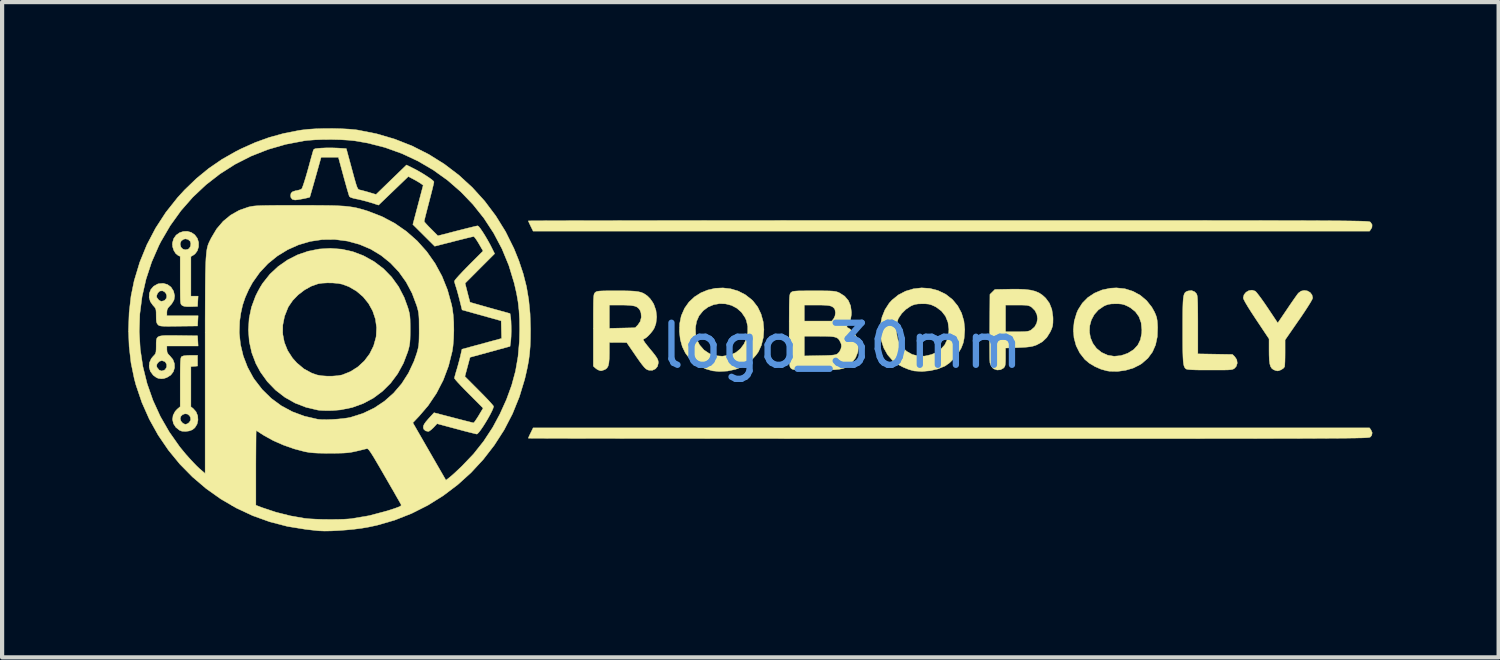
<source format=kicad_pcb>
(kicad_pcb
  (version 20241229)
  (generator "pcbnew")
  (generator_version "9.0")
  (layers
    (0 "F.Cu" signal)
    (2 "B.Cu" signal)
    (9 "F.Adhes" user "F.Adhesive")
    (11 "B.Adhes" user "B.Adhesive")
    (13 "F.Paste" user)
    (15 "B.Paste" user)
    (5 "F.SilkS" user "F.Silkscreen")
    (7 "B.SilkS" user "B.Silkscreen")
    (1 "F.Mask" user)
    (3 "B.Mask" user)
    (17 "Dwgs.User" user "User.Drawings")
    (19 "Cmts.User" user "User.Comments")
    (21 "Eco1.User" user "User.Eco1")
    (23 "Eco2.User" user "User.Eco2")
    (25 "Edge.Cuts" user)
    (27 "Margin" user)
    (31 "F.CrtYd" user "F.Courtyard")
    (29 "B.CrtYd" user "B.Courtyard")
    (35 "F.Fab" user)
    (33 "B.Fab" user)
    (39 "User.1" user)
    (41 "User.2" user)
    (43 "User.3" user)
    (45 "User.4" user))
  (footprint "logo_30mm"
    (layer "F.Cu")
    (at 16.961 4.668)
    (property "Reference" "logo_30mm" (at 0 0.5 0) (layer "Cmts.User") (effects (font (size 1 1) (thickness 0.15))))
    (attr through_hole)
    (fp_poly (pts (xy -15.314 0.984) (xy -15.393 0.991) (xy -15.473 0.997) (xy -15.473 1.952) (xy -15.419 1.994) (xy -15.35 2.072) (xy -15.311 2.167) (xy -15.304 2.268) (xy -15.326 2.366) (xy -15.378 2.45) (xy -15.437 2.499) (xy -15.511 2.527) (xy -15.6 2.539) (xy -15.686 2.533) (xy -15.737 2.515) (xy -15.828 2.444) (xy -15.886 2.356) (xy -15.909 2.258) (xy -15.906 2.236) (xy -15.727 2.236) (xy -15.709 2.294) (xy -15.667 2.343) (xy -15.613 2.369) (xy -15.6 2.371) (xy -15.554 2.356) (xy -15.515 2.328) (xy -15.478 2.27) (xy -15.482 2.207) (xy -15.506 2.164) (xy -15.554 2.126) (xy -15.613 2.119) (xy -15.67 2.139) (xy -15.712 2.181) (xy -15.727 2.236) (xy -15.906 2.236) (xy -15.896 2.157) (xy -15.847 2.063) (xy -15.801 2.013) (xy -15.727 1.949) (xy -15.727 1.368) (xy -15.727 1.195) (xy -15.726 1.058) (xy -15.724 0.954) (xy -15.721 0.879) (xy -15.716 0.826) (xy -15.71 0.792) (xy -15.702 0.771) (xy -15.692 0.759) (xy -15.644 0.741) (xy -15.555 0.732) (xy -15.486 0.73) (xy -15.314 0.73) (xy -15.314 0.984)) (stroke (width 0.01) (type solid)) (fill yes) (layer "F.SilkS"))
    (fp_poly (pts (xy -15.465 -2.193) (xy -15.382 -2.137) (xy -15.319 -2.052) (xy -15.289 -1.954) (xy -15.29 -1.852) (xy -15.319 -1.757) (xy -15.374 -1.682) (xy -15.413 -1.653) (xy -15.473 -1.619) (xy -15.473 -1.148) (xy -15.473 -0.677) (xy -15.301 -0.677) (xy -15.308 -0.556) (xy -15.314 -0.434) (xy -15.473 -0.428) (xy -15.569 -0.428) (xy -15.634 -0.436) (xy -15.677 -0.454) (xy -15.679 -0.456) (xy -15.693 -0.467) (xy -15.705 -0.48) (xy -15.713 -0.502) (xy -15.719 -0.536) (xy -15.723 -0.588) (xy -15.725 -0.662) (xy -15.726 -0.765) (xy -15.727 -0.9) (xy -15.727 -1.056) (xy -15.727 -1.623) (xy -15.779 -1.647) (xy -15.835 -1.693) (xy -15.88 -1.767) (xy -15.908 -1.855) (xy -15.91 -1.907) (xy -15.727 -1.907) (xy -15.709 -1.841) (xy -15.665 -1.797) (xy -15.605 -1.779) (xy -15.541 -1.792) (xy -15.512 -1.813) (xy -15.482 -1.863) (xy -15.474 -1.928) (xy -15.489 -1.981) (xy -15.539 -2.025) (xy -15.601 -2.04) (xy -15.647 -2.03) (xy -15.702 -1.991) (xy -15.724 -1.94) (xy -15.727 -1.907) (xy -15.91 -1.907) (xy -15.912 -1.94) (xy -15.882 -2.045) (xy -15.824 -2.127) (xy -15.745 -2.184) (xy -15.654 -2.215) (xy -15.558 -2.219) (xy -15.465 -2.193)) (stroke (width 0.01) (type solid)) (fill yes) (layer "F.SilkS"))
    (fp_poly (pts (xy -15.763 0.259) (xy -15.314 0.265) (xy -15.301 0.508) (xy -16.044 0.508) (xy -16.044 0.593) (xy -16.038 0.655) (xy -16.012 0.702) (xy -15.972 0.743) (xy -15.9 0.829) (xy -15.864 0.926) (xy -15.861 1.026) (xy -15.89 1.119) (xy -15.951 1.199) (xy -16.042 1.256) (xy -16.044 1.257) (xy -16.115 1.281) (xy -16.175 1.287) (xy -16.249 1.277) (xy -16.251 1.276) (xy -16.295 1.256) (xy -16.35 1.217) (xy -16.371 1.199) (xy -16.436 1.111) (xy -16.465 1.01) (xy -16.462 0.967) (xy -16.29 0.967) (xy -16.281 1.01) (xy -16.276 1.02) (xy -16.227 1.08) (xy -16.168 1.102) (xy -16.106 1.083) (xy -16.083 1.066) (xy -16.049 1.01) (xy -16.048 0.947) (xy -16.079 0.891) (xy -16.096 0.877) (xy -16.162 0.855) (xy -16.223 0.873) (xy -16.269 0.921) (xy -16.29 0.967) (xy -16.462 0.967) (xy -16.458 0.906) (xy -16.415 0.808) (xy -16.371 0.755) (xy -16.335 0.718) (xy -16.314 0.685) (xy -16.303 0.645) (xy -16.299 0.584) (xy -16.298 0.511) (xy -16.298 0.432) (xy -16.294 0.37) (xy -16.282 0.325) (xy -16.256 0.293) (xy -16.212 0.273) (xy -16.145 0.262) (xy -16.049 0.257) (xy -15.921 0.257) (xy -15.763 0.259)) (stroke (width 0.01) (type solid)) (fill yes) (layer "F.SilkS"))
    (fp_poly (pts (xy 8.391 -0.781) (xy 8.433 -0.737) (xy 8.442 -0.719) (xy 8.45 -0.692) (xy 8.456 -0.651) (xy 8.46 -0.592) (xy 8.463 -0.511) (xy 8.465 -0.402) (xy 8.466 -0.262) (xy 8.467 -0.086) (xy 8.467 0.003) (xy 8.467 0.695) (xy 8.879 0.702) (xy 9.291 0.709) (xy 9.347 0.765) (xy 9.393 0.836) (xy 9.404 0.915) (xy 9.381 0.99) (xy 9.346 1.031) (xy 9.328 1.046) (xy 9.308 1.057) (xy 9.281 1.066) (xy 9.241 1.072) (xy 9.184 1.076) (xy 9.104 1.078) (xy 8.995 1.079) (xy 8.852 1.079) (xy 8.755 1.079) (xy 8.575 1.079) (xy 8.434 1.077) (xy 8.328 1.073) (xy 8.254 1.068) (xy 8.207 1.061) (xy 8.186 1.053) (xy 8.166 1.035) (xy 8.15 1.011) (xy 8.137 0.978) (xy 8.127 0.931) (xy 8.119 0.865) (xy 8.114 0.778) (xy 8.11 0.664) (xy 8.108 0.521) (xy 8.107 0.343) (xy 8.107 0.127) (xy 8.107 0.125) (xy 8.107 -0.092) (xy 8.108 -0.27) (xy 8.11 -0.413) (xy 8.114 -0.526) (xy 8.12 -0.613) (xy 8.129 -0.677) (xy 8.142 -0.723) (xy 8.158 -0.755) (xy 8.179 -0.776) (xy 8.205 -0.79) (xy 8.234 -0.801) (xy 8.318 -0.811) (xy 8.391 -0.781)) (stroke (width 0.01) (type solid)) (fill yes) (layer "F.SilkS"))
    (fp_poly (pts (xy -16.03 -0.954) (xy -15.946 -0.893) (xy -15.888 -0.802) (xy -15.884 -0.793) (xy -15.859 -0.685) (xy -15.874 -0.587) (xy -15.928 -0.495) (xy -15.961 -0.459) (xy -16.013 -0.402) (xy -16.038 -0.353) (xy -16.044 -0.297) (xy -16.044 -0.294) (xy -16.044 -0.212) (xy -15.301 -0.212) (xy -15.314 0.032) (xy -15.763 0.037) (xy -15.913 0.039) (xy -16.026 0.04) (xy -16.108 0.038) (xy -16.165 0.035) (xy -16.204 0.029) (xy -16.229 0.021) (xy -16.247 0.009) (xy -16.256 0.00042) (xy -16.278 -0.029) (xy -16.291 -0.068) (xy -16.297 -0.129) (xy -16.298 -0.212) (xy -16.299 -0.298) (xy -16.304 -0.354) (xy -16.318 -0.392) (xy -16.343 -0.426) (xy -16.371 -0.455) (xy -16.436 -0.546) (xy -16.465 -0.645) (xy -16.464 -0.659) (xy -16.289 -0.659) (xy -16.286 -0.65) (xy -16.234 -0.582) (xy -16.18 -0.554) (xy -16.12 -0.566) (xy -16.091 -0.583) (xy -16.053 -0.63) (xy -16.046 -0.685) (xy -16.064 -0.739) (xy -16.101 -0.782) (xy -16.151 -0.805) (xy -16.207 -0.799) (xy -16.226 -0.788) (xy -16.26 -0.752) (xy -16.283 -0.702) (xy -16.289 -0.659) (xy -16.464 -0.659) (xy -16.46 -0.745) (xy -16.424 -0.837) (xy -16.358 -0.913) (xy -16.265 -0.965) (xy -16.242 -0.972) (xy -16.132 -0.982) (xy -16.03 -0.954)) (stroke (width 0.01) (type solid)) (fill yes) (layer "F.SilkS"))
    (fp_poly (pts (xy 9.828 -0.798) (xy 9.832 -0.795) (xy 9.86 -0.768) (xy 9.906 -0.71) (xy 9.967 -0.629) (xy 10.037 -0.531) (xy 10.112 -0.421) (xy 10.126 -0.4) (xy 10.367 -0.039) (xy 10.594 -0.374) (xy 10.667 -0.482) (xy 10.734 -0.579) (xy 10.791 -0.66) (xy 10.833 -0.719) (xy 10.856 -0.748) (xy 10.856 -0.749) (xy 10.921 -0.797) (xy 10.996 -0.813) (xy 11.071 -0.802) (xy 11.136 -0.765) (xy 11.181 -0.707) (xy 11.197 -0.636) (xy 11.184 -0.6) (xy 11.147 -0.533) (xy 11.087 -0.436) (xy 11.006 -0.311) (xy 10.905 -0.161) (xy 10.868 -0.109) (xy 10.541 0.364) (xy 10.541 0.667) (xy 10.54 0.778) (xy 10.538 0.876) (xy 10.534 0.952) (xy 10.53 0.998) (xy 10.528 1.004) (xy 10.497 1.041) (xy 10.443 1.075) (xy 10.383 1.097) (xy 10.357 1.1) (xy 10.311 1.089) (xy 10.263 1.069) (xy 10.225 1.04) (xy 10.197 0.997) (xy 10.178 0.934) (xy 10.166 0.845) (xy 10.161 0.724) (xy 10.16 0.621) (xy 10.16 0.338) (xy 9.853 -0.122) (xy 9.745 -0.286) (xy 9.66 -0.42) (xy 9.598 -0.524) (xy 9.56 -0.597) (xy 9.546 -0.636) (xy 9.546 -0.637) (xy 9.565 -0.711) (xy 9.613 -0.77) (xy 9.681 -0.809) (xy 9.756 -0.82) (xy 9.828 -0.798)) (stroke (width 0.01) (type solid)) (fill yes) (layer "F.SilkS"))
    (fp_poly (pts (xy -2.642 -0.852) (xy -2.463 -0.799) (xy -2.294 -0.713) (xy -2.14 -0.593) (xy -2.106 -0.559) (xy -1.997 -0.418) (xy -1.918 -0.253) (xy -1.868 -0.073) (xy -1.85 0.117) (xy -1.864 0.307) (xy -1.91 0.491) (xy -1.982 0.648) (xy -2.044 0.733) (xy -2.129 0.825) (xy -2.225 0.91) (xy -2.318 0.977) (xy -2.349 0.994) (xy -2.521 1.062) (xy -2.713 1.103) (xy -2.909 1.114) (xy -3.069 1.099) (xy -3.231 1.053) (xy -3.39 0.975) (xy -3.536 0.872) (xy -3.658 0.753) (xy -3.717 0.674) (xy -3.79 0.523) (xy -3.838 0.349) (xy -3.859 0.163) (xy -3.855 0.071) (xy -3.477 0.071) (xy -3.472 0.224) (xy -3.436 0.37) (xy -3.379 0.482) (xy -3.274 0.603) (xy -3.147 0.688) (xy -3.001 0.738) (xy -2.84 0.751) (xy -2.668 0.726) (xy -2.643 0.72) (xy -2.516 0.663) (xy -2.408 0.575) (xy -2.324 0.462) (xy -2.265 0.331) (xy -2.234 0.189) (xy -2.234 0.042) (xy -2.267 -0.101) (xy -2.296 -0.167) (xy -2.382 -0.294) (xy -2.493 -0.391) (xy -2.62 -0.458) (xy -2.759 -0.494) (xy -2.902 -0.5) (xy -3.043 -0.475) (xy -3.176 -0.419) (xy -3.294 -0.331) (xy -3.391 -0.211) (xy -3.392 -0.21) (xy -3.45 -0.077) (xy -3.477 0.071) (xy -3.855 0.071) (xy -3.852 -0.025) (xy -3.816 -0.203) (xy -3.812 -0.215) (xy -3.736 -0.389) (xy -3.631 -0.537) (xy -3.5 -0.66) (xy -3.349 -0.756) (xy -3.183 -0.824) (xy -3.006 -0.864) (xy -2.824 -0.873) (xy -2.642 -0.852)) (stroke (width 0.01) (type solid)) (fill yes) (layer "F.SilkS"))
    (fp_poly (pts (xy 3.316 -2.476) (xy 4.05 -2.476) (xy 4.744 -2.476) (xy 5.399 -2.476) (xy 6.017 -2.476) (xy 6.598 -2.476) (xy 7.143 -2.476) (xy 7.654 -2.476) (xy 8.131 -2.476) (xy 8.577 -2.476) (xy 8.991 -2.475) (xy 9.375 -2.475) (xy 9.731 -2.475) (xy 10.059 -2.474) (xy 10.361 -2.474) (xy 10.637 -2.473) (xy 10.889 -2.473) (xy 11.117 -2.472) (xy 11.324 -2.471) (xy 11.51 -2.47) (xy 11.676 -2.469) (xy 11.823 -2.468) (xy 11.953 -2.467) (xy 12.067 -2.465) (xy 12.166 -2.464) (xy 12.25 -2.462) (xy 12.321 -2.461) (xy 12.381 -2.459) (xy 12.43 -2.457) (xy 12.469 -2.455) (xy 12.5 -2.453) (xy 12.524 -2.45) (xy 12.541 -2.448) (xy 12.553 -2.445) (xy 12.562 -2.442) (xy 12.567 -2.439) (xy 12.571 -2.436) (xy 12.573 -2.434) (xy 12.61 -2.376) (xy 12.606 -2.313) (xy 12.582 -2.27) (xy 12.549 -2.223) (xy -7.336 -2.223) (xy -7.393 -2.339) (xy -7.423 -2.402) (xy -7.444 -2.449) (xy -7.451 -2.466) (xy -7.43 -2.467) (xy -7.368 -2.468) (xy -7.266 -2.468) (xy -7.126 -2.469) (xy -6.949 -2.47) (xy -6.736 -2.47) (xy -6.488 -2.471) (xy -6.207 -2.471) (xy -5.895 -2.472) (xy -5.551 -2.472) (xy -5.179 -2.473) (xy -4.778 -2.473) (xy -4.351 -2.474) (xy -3.899 -2.474) (xy -3.422 -2.474) (xy -2.922 -2.475) (xy -2.402 -2.475) (xy -1.861 -2.475) (xy -1.301 -2.476) (xy -0.723 -2.476) (xy -0.129 -2.476) (xy 0.479 -2.476) (xy 1.101 -2.476) (xy 1.736 -2.476) (xy 2.382 -2.476) (xy 2.54 -2.477) (xy 3.316 -2.476)) (stroke (width 0.01) (type solid)) (fill yes) (layer "F.SilkS"))
    (fp_poly (pts (xy 12.582 2.502) (xy 12.612 2.57) (xy 12.601 2.63) (xy 12.573 2.667) (xy 12.569 2.67) (xy 12.565 2.673) (xy 12.558 2.676) (xy 12.548 2.679) (xy 12.533 2.682) (xy 12.513 2.684) (xy 12.486 2.687) (xy 12.451 2.689) (xy 12.408 2.691) (xy 12.354 2.693) (xy 12.289 2.694) (xy 12.211 2.696) (xy 12.12 2.697) (xy 12.015 2.699) (xy 11.894 2.7) (xy 11.755 2.701) (xy 11.599 2.702) (xy 11.424 2.703) (xy 11.228 2.704) (xy 11.011 2.705) (xy 10.771 2.706) (xy 10.508 2.706) (xy 10.22 2.707) (xy 9.906 2.707) (xy 9.565 2.708) (xy 9.196 2.708) (xy 8.797 2.708) (xy 8.368 2.709) (xy 7.908 2.709) (xy 7.414 2.709) (xy 6.887 2.709) (xy 6.325 2.709) (xy 5.727 2.709) (xy 5.092 2.709) (xy 4.418 2.709) (xy 3.705 2.709) (xy 2.951 2.709) (xy 2.54 2.709) (xy 1.892 2.709) (xy 1.254 2.709) (xy 0.629 2.709) (xy 0.017 2.709) (xy -0.58 2.709) (xy -1.162 2.709) (xy -1.726 2.708) (xy -2.272 2.708) (xy -2.798 2.708) (xy -3.303 2.707) (xy -3.785 2.707) (xy -4.244 2.707) (xy -4.677 2.706) (xy -5.084 2.706) (xy -5.464 2.705) (xy -5.814 2.705) (xy -6.134 2.704) (xy -6.423 2.704) (xy -6.679 2.703) (xy -6.9 2.703) (xy -7.086 2.702) (xy -7.235 2.701) (xy -7.347 2.701) (xy -7.418 2.7) (xy -7.449 2.699) (xy -7.451 2.699) (xy -7.442 2.676) (xy -7.42 2.627) (xy -7.393 2.572) (xy -7.336 2.455) (xy 12.549 2.455) (xy 12.582 2.502)) (stroke (width 0.01) (type solid)) (fill yes) (layer "F.SilkS"))
    (fp_poly (pts (xy 4.357 -0.837) (xy 4.49 -0.821) (xy 4.599 -0.794) (xy 4.691 -0.755) (xy 4.771 -0.702) (xy 4.846 -0.633) (xy 4.847 -0.633) (xy 4.938 -0.51) (xy 4.996 -0.362) (xy 5.022 -0.187) (xy 5.024 -0.135) (xy 5.022 -0.041) (xy 5.014 0.029) (xy 4.994 0.093) (xy 4.96 0.169) (xy 4.956 0.176) (xy 4.875 0.306) (xy 4.772 0.405) (xy 4.639 0.48) (xy 4.608 0.492) (xy 4.549 0.511) (xy 4.48 0.525) (xy 4.392 0.535) (xy 4.275 0.542) (xy 4.196 0.546) (xy 3.895 0.556) (xy 3.895 0.772) (xy 3.894 0.871) (xy 3.89 0.937) (xy 3.882 0.98) (xy 3.868 1.009) (xy 3.846 1.033) (xy 3.846 1.033) (xy 3.776 1.072) (xy 3.695 1.079) (xy 3.619 1.053) (xy 3.588 1.029) (xy 3.548 0.971) (xy 3.524 0.907) (xy 3.522 0.87) (xy 3.519 0.796) (xy 3.518 0.69) (xy 3.517 0.557) (xy 3.516 0.404) (xy 3.517 0.234) (xy 3.518 0.059) (xy 3.522 -0.466) (xy 3.895 -0.466) (xy 3.895 0.169) (xy 4.165 0.169) (xy 4.281 0.168) (xy 4.364 0.165) (xy 4.422 0.158) (xy 4.464 0.147) (xy 4.5 0.129) (xy 4.503 0.127) (xy 4.586 0.055) (xy 4.637 -0.037) (xy 4.655 -0.138) (xy 4.641 -0.241) (xy 4.595 -0.335) (xy 4.517 -0.413) (xy 4.511 -0.418) (xy 4.477 -0.438) (xy 4.441 -0.451) (xy 4.395 -0.46) (xy 4.328 -0.464) (xy 4.233 -0.466) (xy 4.167 -0.466) (xy 3.895 -0.466) (xy 3.522 -0.466) (xy 3.524 -0.719) (xy 3.642 -0.836) (xy 3.996 -0.843) (xy 4.194 -0.844) (xy 4.357 -0.837)) (stroke (width 0.01) (type solid)) (fill yes) (layer "F.SilkS"))
    (fp_poly (pts (xy 6.734 -0.853) (xy 6.924 -0.793) (xy 7.097 -0.699) (xy 7.248 -0.572) (xy 7.372 -0.416) (xy 7.436 -0.301) (xy 7.467 -0.23) (xy 7.488 -0.168) (xy 7.5 -0.1) (xy 7.507 -0.015) (xy 7.511 0.066) (xy 7.503 0.287) (xy 7.462 0.481) (xy 7.388 0.65) (xy 7.28 0.797) (xy 7.137 0.922) (xy 7.093 0.951) (xy 6.934 1.031) (xy 6.752 1.085) (xy 6.56 1.112) (xy 6.37 1.108) (xy 6.308 1.099) (xy 6.165 1.06) (xy 6.019 0.996) (xy 5.883 0.914) (xy 5.779 0.826) (xy 5.66 0.674) (xy 5.574 0.502) (xy 5.523 0.315) (xy 5.512 0.17) (xy 5.89 0.17) (xy 5.914 0.311) (xy 5.97 0.444) (xy 6.057 0.563) (xy 6.176 0.66) (xy 6.18 0.662) (xy 6.323 0.727) (xy 6.477 0.752) (xy 6.636 0.737) (xy 6.798 0.682) (xy 6.809 0.676) (xy 6.942 0.593) (xy 7.039 0.487) (xy 7.102 0.358) (xy 7.133 0.204) (xy 7.136 0.123) (xy 7.119 -0.045) (xy 7.068 -0.188) (xy 6.982 -0.308) (xy 6.861 -0.404) (xy 6.798 -0.438) (xy 6.727 -0.47) (xy 6.662 -0.488) (xy 6.586 -0.495) (xy 6.509 -0.496) (xy 6.411 -0.493) (xy 6.339 -0.482) (xy 6.275 -0.46) (xy 6.231 -0.439) (xy 6.102 -0.351) (xy 6.004 -0.24) (xy 5.935 -0.112) (xy 5.897 0.027) (xy 5.89 0.17) (xy 5.512 0.17) (xy 5.508 0.119) (xy 5.528 -0.08) (xy 5.586 -0.275) (xy 5.62 -0.353) (xy 5.721 -0.512) (xy 5.852 -0.645) (xy 6.011 -0.75) (xy 6.191 -0.825) (xy 6.388 -0.866) (xy 6.53 -0.874) (xy 6.734 -0.853)) (stroke (width 0.01) (type solid)) (fill yes) (layer "F.SilkS"))
    (fp_poly (pts (xy 2.096 -0.861) (xy 2.286 -0.812) (xy 2.464 -0.727) (xy 2.48 -0.717) (xy 2.635 -0.595) (xy 2.758 -0.446) (xy 2.849 -0.275) (xy 2.905 -0.087) (xy 2.926 0.116) (xy 2.91 0.328) (xy 2.889 0.434) (xy 2.843 0.554) (xy 2.769 0.68) (xy 2.674 0.801) (xy 2.568 0.905) (xy 2.46 0.982) (xy 2.449 0.987) (xy 2.284 1.054) (xy 2.098 1.096) (xy 1.907 1.113) (xy 1.726 1.101) (xy 1.714 1.099) (xy 1.594 1.066) (xy 1.462 1.012) (xy 1.336 0.945) (xy 1.231 0.872) (xy 1.212 0.855) (xy 1.09 0.715) (xy 1 0.554) (xy 0.942 0.378) (xy 0.915 0.192) (xy 0.918 0.086) (xy 1.302 0.086) (xy 1.307 0.212) (xy 1.328 0.329) (xy 1.351 0.392) (xy 1.435 0.529) (xy 1.544 0.635) (xy 1.674 0.708) (xy 1.818 0.746) (xy 1.972 0.748) (xy 2.131 0.712) (xy 2.216 0.676) (xy 2.35 0.59) (xy 2.45 0.48) (xy 2.515 0.345) (xy 2.545 0.185) (xy 2.548 0.105) (xy 2.526 -0.057) (xy 2.468 -0.2) (xy 2.374 -0.321) (xy 2.246 -0.417) (xy 2.205 -0.438) (xy 2.133 -0.47) (xy 2.069 -0.488) (xy 1.993 -0.495) (xy 1.916 -0.496) (xy 1.818 -0.493) (xy 1.745 -0.482) (xy 1.681 -0.46) (xy 1.639 -0.44) (xy 1.526 -0.364) (xy 1.426 -0.265) (xy 1.352 -0.155) (xy 1.341 -0.133) (xy 1.314 -0.035) (xy 1.302 0.086) (xy 0.918 0.086) (xy 0.921 0.004) (xy 0.958 -0.18) (xy 1.028 -0.354) (xy 1.13 -0.512) (xy 1.195 -0.583) (xy 1.346 -0.706) (xy 1.519 -0.796) (xy 1.706 -0.852) (xy 1.9 -0.874) (xy 2.096 -0.861)) (stroke (width 0.01) (type solid)) (fill yes) (layer "F.SilkS"))
    (fp_poly (pts (xy -5.173 -0.804) (xy -5.034 -0.801) (xy -4.926 -0.795) (xy -4.841 -0.784) (xy -4.774 -0.769) (xy -4.718 -0.747) (xy -4.668 -0.717) (xy -4.616 -0.679) (xy -4.614 -0.677) (xy -4.554 -0.616) (xy -4.495 -0.532) (xy -4.467 -0.483) (xy -4.416 -0.337) (xy -4.399 -0.183) (xy -4.416 -0.031) (xy -4.453 0.075) (xy -4.488 0.135) (xy -4.539 0.2) (xy -4.595 0.261) (xy -4.649 0.31) (xy -4.692 0.336) (xy -4.703 0.339) (xy -4.719 0.347) (xy -4.712 0.374) (xy -4.681 0.424) (xy -4.624 0.498) (xy -4.576 0.557) (xy -4.494 0.656) (xy -4.436 0.73) (xy -4.398 0.785) (xy -4.375 0.827) (xy -4.364 0.863) (xy -4.36 0.9) (xy -4.36 0.911) (xy -4.379 0.992) (xy -4.427 1.051) (xy -4.497 1.084) (xy -4.579 1.085) (xy -4.618 1.073) (xy -4.652 1.053) (xy -4.692 1.015) (xy -4.742 0.955) (xy -4.806 0.869) (xy -4.888 0.752) (xy -4.9 0.734) (xy -5.112 0.425) (xy -5.524 0.423) (xy -5.524 0.678) (xy -5.527 0.814) (xy -5.536 0.914) (xy -5.553 0.985) (xy -5.582 1.033) (xy -5.622 1.064) (xy -5.654 1.077) (xy -5.7 1.092) (xy -5.723 1.098) (xy -5.723 1.098) (xy -5.743 1.092) (xy -5.768 1.086) (xy -5.814 1.064) (xy -5.858 1.031) (xy -5.905 0.987) (xy -5.905 0.134) (xy -5.905 -0.079) (xy -5.905 -0.253) (xy -5.904 -0.393) (xy -5.903 -0.466) (xy -5.524 -0.466) (xy -5.524 0.088) (xy -5.218 0.081) (xy -4.911 0.074) (xy -4.845 0.007) (xy -4.789 -0.076) (xy -4.764 -0.176) (xy -4.772 -0.279) (xy -4.793 -0.337) (xy -4.825 -0.384) (xy -4.868 -0.419) (xy -4.93 -0.443) (xy -5.015 -0.457) (xy -5.131 -0.464) (xy -5.249 -0.466) (xy -5.524 -0.466) (xy -5.903 -0.466) (xy -5.903 -0.503) (xy -5.901 -0.587) (xy -5.897 -0.649) (xy -5.893 -0.692) (xy -5.887 -0.722) (xy -5.879 -0.741) (xy -5.87 -0.755) (xy -5.863 -0.762) (xy -5.847 -0.776) (xy -5.826 -0.786) (xy -5.795 -0.794) (xy -5.748 -0.799) (xy -5.679 -0.802) (xy -5.583 -0.804) (xy -5.454 -0.804) (xy -5.347 -0.804) (xy -5.173 -0.804)) (stroke (width 0.01) (type solid)) (fill yes) (layer "F.SilkS"))
    (fp_poly (pts (xy -11.888 -1.794) (xy -11.623 -1.735) (xy -11.374 -1.641) (xy -11.12 -1.501) (xy -10.895 -1.331) (xy -10.7 -1.131) (xy -10.535 -0.903) (xy -10.402 -0.646) (xy -10.315 -0.408) (xy -10.293 -0.333) (xy -10.277 -0.268) (xy -10.267 -0.202) (xy -10.261 -0.125) (xy -10.259 -0.028) (xy -10.258 0.101) (xy -10.258 0.116) (xy -10.259 0.25) (xy -10.262 0.351) (xy -10.268 0.43) (xy -10.278 0.498) (xy -10.293 0.564) (xy -10.315 0.64) (xy -10.315 0.641) (xy -10.42 0.917) (xy -10.557 1.167) (xy -10.723 1.39) (xy -10.917 1.583) (xy -11.135 1.746) (xy -11.376 1.875) (xy -11.636 1.969) (xy -11.914 2.026) (xy -12.107 2.042) (xy -12.217 2.044) (xy -12.327 2.042) (xy -12.419 2.036) (xy -12.456 2.031) (xy -12.734 1.966) (xy -12.997 1.864) (xy -13.24 1.726) (xy -13.461 1.555) (xy -13.655 1.354) (xy -13.82 1.125) (xy -13.928 0.925) (xy -14.025 0.669) (xy -14.085 0.4) (xy -14.098 0.219) (xy -13.29 0.219) (xy -13.251 0.421) (xy -13.173 0.615) (xy -13.057 0.795) (xy -12.954 0.91) (xy -12.786 1.051) (xy -12.602 1.151) (xy -12.474 1.196) (xy -12.37 1.215) (xy -12.243 1.224) (xy -12.108 1.224) (xy -11.981 1.214) (xy -11.879 1.196) (xy -11.873 1.194) (xy -11.677 1.115) (xy -11.5 1.002) (xy -11.347 0.86) (xy -11.222 0.693) (xy -11.129 0.506) (xy -11.073 0.305) (xy -11.068 0.277) (xy -11.058 0.069) (xy -11.086 -0.133) (xy -11.151 -0.326) (xy -11.249 -0.503) (xy -11.378 -0.662) (xy -11.533 -0.795) (xy -11.713 -0.901) (xy -11.873 -0.961) (xy -11.971 -0.98) (xy -12.095 -0.991) (xy -12.227 -0.993) (xy -12.352 -0.986) (xy -12.446 -0.972) (xy -12.609 -0.915) (xy -12.771 -0.825) (xy -12.922 -0.709) (xy -13.052 -0.575) (xy -13.152 -0.429) (xy -13.163 -0.408) (xy -13.246 -0.199) (xy -13.288 0.011) (xy -13.29 0.219) (xy -14.098 0.219) (xy -14.105 0.126) (xy -14.088 -0.148) (xy -14.032 -0.416) (xy -13.937 -0.673) (xy -13.93 -0.688) (xy -13.881 -0.786) (xy -13.825 -0.888) (xy -13.772 -0.974) (xy -13.763 -0.987) (xy -13.593 -1.201) (xy -13.395 -1.385) (xy -13.175 -1.538) (xy -12.937 -1.659) (xy -12.685 -1.746) (xy -12.423 -1.798) (xy -12.156 -1.814) (xy -11.888 -1.794)) (stroke (width 0.01) (type solid)) (fill yes) (layer "F.SilkS"))
    (fp_poly (pts (xy -0.502 -0.804) (xy -0.379 -0.803) (xy -0.286 -0.801) (xy -0.216 -0.797) (xy -0.165 -0.791) (xy -0.124 -0.783) (xy -0.09 -0.771) (xy -0.054 -0.755) (xy -0.051 -0.754) (xy 0.069 -0.677) (xy 0.158 -0.573) (xy 0.212 -0.446) (xy 0.231 -0.296) (xy 0.229 -0.235) (xy 0.211 -0.126) (xy 0.171 -0.036) (xy 0.163 -0.024) (xy 0.131 0.027) (xy 0.121 0.054) (xy 0.131 0.068) (xy 0.147 0.074) (xy 0.195 0.103) (xy 0.253 0.159) (xy 0.31 0.228) (xy 0.356 0.298) (xy 0.379 0.352) (xy 0.401 0.505) (xy 0.384 0.653) (xy 0.328 0.791) (xy 0.237 0.91) (xy 0.232 0.914) (xy 0.182 0.96) (xy 0.134 0.997) (xy 0.081 1.025) (xy 0.019 1.046) (xy -0.058 1.061) (xy -0.156 1.071) (xy -0.279 1.076) (xy -0.434 1.079) (xy -0.625 1.079) (xy -0.628 1.079) (xy -0.793 1.079) (xy -0.921 1.079) (xy -1.017 1.077) (xy -1.086 1.074) (xy -1.134 1.069) (xy -1.166 1.062) (xy -1.188 1.053) (xy -1.203 1.04) (xy -1.206 1.037) (xy -1.217 1.025) (xy -1.226 1.01) (xy -1.233 0.987) (xy -1.238 0.953) (xy -1.242 0.903) (xy -1.245 0.834) (xy -1.247 0.744) (xy -0.889 0.744) (xy -0.523 0.737) (xy -0.384 0.734) (xy -0.281 0.73) (xy -0.207 0.724) (xy -0.156 0.716) (xy -0.121 0.704) (xy -0.1 0.693) (xy -0.054 0.645) (xy -0.02 0.577) (xy -0.019 0.574) (xy -0.006 0.512) (xy -0.012 0.461) (xy -0.034 0.41) (xy -0.059 0.364) (xy -0.088 0.33) (xy -0.127 0.307) (xy -0.182 0.291) (xy -0.26 0.281) (xy -0.367 0.277) (xy -0.508 0.276) (xy -0.534 0.275) (xy -0.889 0.275) (xy -0.889 0.744) (xy -1.247 0.744) (xy -1.247 0.741) (xy -1.248 0.62) (xy -1.249 0.468) (xy -1.249 0.28) (xy -1.249 0.138) (xy -1.249 -0.076) (xy -1.248 -0.25) (xy -1.248 -0.391) (xy -1.247 -0.466) (xy -0.889 -0.466) (xy -0.889 -0.085) (xy -0.236 -0.085) (xy -0.192 -0.14) (xy -0.16 -0.206) (xy -0.149 -0.283) (xy -0.16 -0.354) (xy -0.175 -0.383) (xy -0.205 -0.414) (xy -0.244 -0.437) (xy -0.298 -0.452) (xy -0.376 -0.461) (xy -0.482 -0.465) (xy -0.591 -0.466) (xy -0.889 -0.466) (xy -1.247 -0.466) (xy -1.246 -0.501) (xy -1.244 -0.586) (xy -1.241 -0.648) (xy -1.236 -0.691) (xy -1.23 -0.721) (xy -1.223 -0.741) (xy -1.214 -0.755) (xy -1.206 -0.762) (xy -1.191 -0.775) (xy -1.171 -0.786) (xy -1.141 -0.793) (xy -1.095 -0.798) (xy -1.029 -0.802) (xy -0.936 -0.803) (xy -0.811 -0.804) (xy -0.661 -0.804) (xy -0.502 -0.804)) (stroke (width 0.01) (type solid)) (fill yes) (layer "F.SilkS"))
    (fp_poly (pts (xy -12.012 -4.199) (xy -11.984 -4.198) (xy -11.778 -4.185) (xy -11.674 -3.802) (xy -11.628 -3.632) (xy -11.592 -3.499) (xy -11.563 -3.397) (xy -11.541 -3.323) (xy -11.522 -3.271) (xy -11.506 -3.238) (xy -11.491 -3.218) (xy -11.474 -3.208) (xy -11.454 -3.202) (xy -11.428 -3.197) (xy -11.423 -3.196) (xy -11.353 -3.177) (xy -11.266 -3.153) (xy -11.203 -3.134) (xy -11.071 -3.095) (xy -10.709 -3.446) (xy -10.347 -3.796) (xy -10.212 -3.729) (xy -10.109 -3.676) (xy -10.004 -3.617) (xy -9.905 -3.556) (xy -9.818 -3.499) (xy -9.749 -3.45) (xy -9.706 -3.412) (xy -9.694 -3.393) (xy -9.7 -3.363) (xy -9.714 -3.299) (xy -9.736 -3.207) (xy -9.765 -3.094) (xy -9.798 -2.965) (xy -9.811 -2.915) (xy -9.845 -2.784) (xy -9.875 -2.667) (xy -9.9 -2.57) (xy -9.917 -2.499) (xy -9.926 -2.46) (xy -9.927 -2.455) (xy -9.913 -2.434) (xy -9.875 -2.391) (xy -9.819 -2.331) (xy -9.764 -2.276) (xy -9.601 -2.112) (xy -9.141 -2.231) (xy -9.007 -2.265) (xy -8.885 -2.296) (xy -8.783 -2.321) (xy -8.707 -2.339) (xy -8.662 -2.348) (xy -8.653 -2.349) (xy -8.629 -2.332) (xy -8.59 -2.283) (xy -8.54 -2.21) (xy -8.483 -2.12) (xy -8.423 -2.018) (xy -8.364 -1.912) (xy -8.329 -1.844) (xy -8.251 -1.687) (xy -8.603 -1.335) (xy -8.954 -0.983) (xy -8.897 -0.761) (xy -8.874 -0.671) (xy -8.854 -0.597) (xy -8.841 -0.548) (xy -8.836 -0.533) (xy -8.815 -0.526) (xy -8.759 -0.509) (xy -8.674 -0.485) (xy -8.565 -0.454) (xy -8.439 -0.418) (xy -8.358 -0.395) (xy -7.885 -0.264) (xy -7.87 -0.169) (xy -7.862 -0.083) (xy -7.858 0.03) (xy -7.857 0.155) (xy -7.86 0.277) (xy -7.867 0.38) (xy -7.871 0.411) (xy -7.885 0.516) (xy -8.837 0.777) (xy -8.898 1.005) (xy -8.959 1.232) (xy -8.618 1.574) (xy -8.52 1.673) (xy -8.433 1.763) (xy -8.361 1.84) (xy -8.309 1.899) (xy -8.28 1.935) (xy -8.276 1.943) (xy -8.287 1.986) (xy -8.316 2.054) (xy -8.359 2.139) (xy -8.411 2.233) (xy -8.469 2.33) (xy -8.527 2.422) (xy -8.582 2.502) (xy -8.629 2.563) (xy -8.663 2.597) (xy -8.675 2.602) (xy -8.705 2.596) (xy -8.769 2.58) (xy -8.862 2.557) (xy -8.976 2.528) (xy -9.105 2.493) (xy -9.165 2.477) (xy -9.62 2.355) (xy -9.706 2.448) (xy -9.759 2.497) (xy -9.805 2.531) (xy -9.829 2.54) (xy -9.895 2.525) (xy -9.938 2.484) (xy -9.948 2.442) (xy -9.943 2.405) (xy -9.924 2.364) (xy -9.887 2.311) (xy -9.827 2.241) (xy -9.778 2.187) (xy -9.692 2.094) (xy -9.233 2.213) (xy -9.099 2.248) (xy -8.979 2.279) (xy -8.879 2.304) (xy -8.804 2.323) (xy -8.762 2.334) (xy -8.754 2.336) (xy -8.736 2.32) (xy -8.703 2.275) (xy -8.659 2.209) (xy -8.63 2.162) (xy -8.525 1.985) (xy -8.866 1.643) (xy -8.964 1.544) (xy -9.051 1.454) (xy -9.123 1.377) (xy -9.175 1.318) (xy -9.203 1.282) (xy -9.207 1.274) (xy -9.201 1.242) (xy -9.185 1.182) (xy -9.163 1.104) (xy -9.156 1.084) (xy -9.125 0.976) (xy -9.092 0.854) (xy -9.066 0.752) (xy -9.028 0.584) (xy -8.085 0.328) (xy -8.091 0.118) (xy -8.096 -0.091) (xy -9.025 -0.35) (xy -9.083 -0.583) (xy -9.11 -0.687) (xy -9.137 -0.787) (xy -9.161 -0.868) (xy -9.174 -0.908) (xy -9.194 -0.971) (xy -9.206 -1.021) (xy -9.207 -1.034) (xy -9.193 -1.059) (xy -9.153 -1.108) (xy -9.091 -1.177) (xy -9.011 -1.262) (xy -8.918 -1.358) (xy -8.867 -1.41) (xy -8.526 -1.751) (xy -8.625 -1.923) (xy -8.671 -1.998) (xy -8.711 -2.056) (xy -8.74 -2.09) (xy -8.749 -2.095) (xy -8.776 -2.09) (xy -8.838 -2.076) (xy -8.928 -2.054) (xy -9.04 -2.026) (xy -9.168 -1.994) (xy -9.225 -1.979) (xy -9.676 -1.864) (xy -10.196 -2.381) (xy -10.073 -2.847) (xy -9.95 -3.313) (xy -9.996 -3.348) (xy -10.038 -3.376) (xy -10.104 -3.415) (xy -10.172 -3.453) (xy -10.303 -3.522) (xy -10.657 -3.182) (xy -11.011 -2.842) (xy -11.194 -2.901) (xy -11.301 -2.932) (xy -11.417 -2.962) (xy -11.518 -2.985) (xy -11.532 -2.987) (xy -11.62 -3.007) (xy -11.681 -3.029) (xy -11.705 -3.048) (xy -11.715 -3.077) (xy -11.734 -3.141) (xy -11.761 -3.232) (xy -11.793 -3.346) (xy -11.829 -3.474) (xy -11.844 -3.53) (xy -11.966 -3.979) (xy -12.377 -3.979) (xy -12.509 -3.508) (xy -12.547 -3.374) (xy -12.581 -3.254) (xy -12.61 -3.155) (xy -12.631 -3.081) (xy -12.644 -3.038) (xy -12.647 -3.031) (xy -12.672 -3.022) (xy -12.726 -3.009) (xy -12.797 -2.994) (xy -12.873 -2.98) (xy -12.941 -2.969) (xy -12.99 -2.964) (xy -12.997 -2.963) (xy -13.061 -2.979) (xy -13.096 -3.024) (xy -13.102 -3.071) (xy -13.092 -3.124) (xy -13.057 -3.159) (xy -12.989 -3.182) (xy -12.959 -3.187) (xy -12.896 -3.202) (xy -12.849 -3.22) (xy -12.841 -3.225) (xy -12.826 -3.252) (xy -12.803 -3.314) (xy -12.774 -3.402) (xy -12.74 -3.512) (xy -12.704 -3.636) (xy -12.7 -3.651) (xy -12.664 -3.78) (xy -12.632 -3.898) (xy -12.604 -3.999) (xy -12.582 -4.075) (xy -12.57 -4.118) (xy -12.57 -4.119) (xy -12.56 -4.151) (xy -12.544 -4.171) (xy -12.515 -4.183) (xy -12.462 -4.19) (xy -12.376 -4.197) (xy -12.371 -4.197) (xy -12.262 -4.202) (xy -12.134 -4.203) (xy -12.012 -4.199)) (stroke (width 0.01) (type solid)) (fill yes) (layer "F.SilkS"))
    (fp_poly (pts (xy -11.901 -4.658) (xy -11.714 -4.648) (xy -11.552 -4.633) (xy -11.504 -4.626) (xy -11.056 -4.537) (xy -10.624 -4.41) (xy -10.211 -4.247) (xy -9.819 -4.049) (xy -9.448 -3.817) (xy -9.102 -3.554) (xy -8.781 -3.26) (xy -8.488 -2.937) (xy -8.224 -2.586) (xy -7.991 -2.21) (xy -7.792 -1.809) (xy -7.676 -1.522) (xy -7.572 -1.21) (xy -7.494 -0.903) (xy -7.441 -0.589) (xy -7.409 -0.259) (xy -7.398 0.099) (xy -7.398 0.116) (xy -7.4 0.334) (xy -7.407 0.522) (xy -7.421 0.691) (xy -7.442 0.853) (xy -7.473 1.02) (xy -7.514 1.204) (xy -7.537 1.3) (xy -7.664 1.718) (xy -7.827 2.12) (xy -8.026 2.504) (xy -8.259 2.866) (xy -8.522 3.206) (xy -8.814 3.521) (xy -9.132 3.808) (xy -9.475 4.067) (xy -9.84 4.295) (xy -10.225 4.489) (xy -10.628 4.648) (xy -11.046 4.769) (xy -11.25 4.813) (xy -11.408 4.84) (xy -11.585 4.863) (xy -11.771 4.881) (xy -11.957 4.895) (xy -12.134 4.904) (xy -12.292 4.907) (xy -12.422 4.902) (xy -12.467 4.898) (xy -12.521 4.892) (xy -12.603 4.883) (xy -12.699 4.872) (xy -12.742 4.867) (xy -13.176 4.797) (xy -13.597 4.688) (xy -14.003 4.542) (xy -14.392 4.36) (xy -14.762 4.145) (xy -15.11 3.898) (xy -15.435 3.621) (xy -15.735 3.316) (xy -16.007 2.984) (xy -16.25 2.628) (xy -16.461 2.249) (xy -16.638 1.85) (xy -16.78 1.431) (xy -16.819 1.284) (xy -16.896 0.911) (xy -16.941 0.519) (xy -16.955 0.165) (xy -16.701 0.165) (xy -16.677 0.582) (xy -16.615 0.994) (xy -16.514 1.401) (xy -16.375 1.798) (xy -16.199 2.183) (xy -15.986 2.553) (xy -15.737 2.907) (xy -15.593 3.082) (xy -15.508 3.177) (xy -15.42 3.272) (xy -15.338 3.357) (xy -15.272 3.42) (xy -15.263 3.428) (xy -15.134 3.539) (xy -15.134 3.406) (xy -13.928 3.406) (xy -13.928 4.293) (xy -13.785 4.348) (xy -13.452 4.459) (xy -13.101 4.547) (xy -12.775 4.604) (xy -12.66 4.616) (xy -12.515 4.624) (xy -12.35 4.63) (xy -12.176 4.632) (xy -12.005 4.631) (xy -11.849 4.627) (xy -11.717 4.619) (xy -11.662 4.614) (xy -11.231 4.541) (xy -10.8 4.426) (xy -10.748 4.409) (xy -10.634 4.372) (xy -10.556 4.344) (xy -10.507 4.324) (xy -10.481 4.308) (xy -10.473 4.292) (xy -10.477 4.275) (xy -10.481 4.268) (xy -10.497 4.24) (xy -10.531 4.179) (xy -10.582 4.091) (xy -10.645 3.979) (xy -10.72 3.85) (xy -10.803 3.706) (xy -10.875 3.581) (xy -10.975 3.408) (xy -11.056 3.27) (xy -11.12 3.161) (xy -11.171 3.079) (xy -11.21 3.02) (xy -11.239 2.981) (xy -11.261 2.959) (xy -11.277 2.949) (xy -11.29 2.949) (xy -11.33 2.958) (xy -11.398 2.975) (xy -11.485 2.996) (xy -11.536 3.008) (xy -11.613 3.025) (xy -11.684 3.038) (xy -11.76 3.047) (xy -11.848 3.053) (xy -11.958 3.056) (xy -12.098 3.058) (xy -12.16 3.058) (xy -12.327 3.057) (xy -12.46 3.054) (xy -12.567 3.048) (xy -12.656 3.039) (xy -12.736 3.025) (xy -12.76 3.021) (xy -13.017 2.953) (xy -13.273 2.863) (xy -13.516 2.756) (xy -13.732 2.637) (xy -13.798 2.595) (xy -13.857 2.556) (xy -13.901 2.528) (xy -13.919 2.519) (xy -13.921 2.539) (xy -13.923 2.598) (xy -13.924 2.69) (xy -13.925 2.811) (xy -13.926 2.957) (xy -13.927 3.123) (xy -13.928 3.306) (xy -13.928 3.406) (xy -15.134 3.406) (xy -15.134 0.97) (xy -15.134 0.575) (xy -15.134 0.219) (xy -15.134 0.192) (xy -14.323 0.192) (xy -14.294 0.47) (xy -14.228 0.745) (xy -14.126 1.01) (xy -13.992 1.258) (xy -13.963 1.302) (xy -13.776 1.544) (xy -13.562 1.753) (xy -13.323 1.929) (xy -13.061 2.07) (xy -12.775 2.176) (xy -12.468 2.247) (xy -12.435 2.252) (xy -12.354 2.258) (xy -12.242 2.259) (xy -12.113 2.254) (xy -11.977 2.245) (xy -11.848 2.232) (xy -11.736 2.216) (xy -11.673 2.203) (xy -11.384 2.111) (xy -11.116 1.983) (xy -10.872 1.821) (xy -10.654 1.628) (xy -10.462 1.404) (xy -10.3 1.151) (xy -10.169 0.872) (xy -10.103 0.683) (xy -10.083 0.613) (xy -10.068 0.551) (xy -10.057 0.49) (xy -10.051 0.419) (xy -10.048 0.329) (xy -10.046 0.213) (xy -10.046 0.116) (xy -10.047 -0.023) (xy -10.048 -0.129) (xy -10.053 -0.211) (xy -10.06 -0.278) (xy -10.072 -0.339) (xy -10.089 -0.403) (xy -10.104 -0.453) (xy -10.214 -0.746) (xy -10.356 -1.013) (xy -10.528 -1.254) (xy -10.727 -1.465) (xy -10.951 -1.646) (xy -11.197 -1.795) (xy -11.464 -1.908) (xy -11.749 -1.986) (xy -12.049 -2.025) (xy -12.054 -2.025) (xy -12.348 -2.022) (xy -12.635 -1.979) (xy -12.911 -1.898) (xy -13.174 -1.781) (xy -13.418 -1.631) (xy -13.641 -1.45) (xy -13.838 -1.239) (xy -14.007 -1.001) (xy -14.096 -0.837) (xy -14.181 -0.648) (xy -14.243 -0.464) (xy -14.286 -0.27) (xy -14.313 -0.082) (xy -14.323 0.192) (xy -15.134 0.192) (xy -15.134 -0.099) (xy -15.133 -0.382) (xy -15.132 -0.632) (xy -15.131 -0.852) (xy -15.129 -1.043) (xy -15.127 -1.209) (xy -15.123 -1.351) (xy -15.119 -1.472) (xy -15.114 -1.574) (xy -15.107 -1.659) (xy -15.1 -1.731) (xy -15.091 -1.791) (xy -15.08 -1.842) (xy -15.068 -1.886) (xy -15.054 -1.925) (xy -15.038 -1.961) (xy -15.02 -1.998) (xy -15 -2.038) (xy -14.987 -2.064) (xy -14.861 -2.275) (xy -14.707 -2.456) (xy -14.527 -2.604) (xy -14.325 -2.718) (xy -14.106 -2.795) (xy -14.066 -2.804) (xy -14.025 -2.812) (xy -13.979 -2.819) (xy -13.924 -2.824) (xy -13.856 -2.828) (xy -13.77 -2.831) (xy -13.664 -2.833) (xy -13.531 -2.835) (xy -13.369 -2.836) (xy -13.174 -2.836) (xy -12.941 -2.836) (xy -12.912 -2.836) (xy -12.65 -2.836) (xy -12.426 -2.835) (xy -12.236 -2.833) (xy -12.074 -2.83) (xy -11.937 -2.824) (xy -11.819 -2.817) (xy -11.717 -2.806) (xy -11.626 -2.793) (xy -11.541 -2.777) (xy -11.457 -2.756) (xy -11.371 -2.732) (xy -11.278 -2.703) (xy -11.259 -2.697) (xy -10.931 -2.57) (xy -10.626 -2.409) (xy -10.346 -2.214) (xy -10.091 -1.989) (xy -9.865 -1.736) (xy -9.668 -1.456) (xy -9.503 -1.152) (xy -9.372 -0.826) (xy -9.276 -0.479) (xy -9.258 -0.392) (xy -9.237 -0.238) (xy -9.224 -0.058) (xy -9.221 0.136) (xy -9.227 0.329) (xy -9.241 0.508) (xy -9.26 0.635) (xy -9.347 0.983) (xy -9.472 1.316) (xy -9.634 1.631) (xy -9.832 1.925) (xy -10.046 2.175) (xy -10.196 2.333) (xy -9.409 3.699) (xy -9.324 3.633) (xy -9.276 3.593) (xy -9.207 3.532) (xy -9.126 3.456) (xy -9.041 3.375) (xy -9.031 3.366) (xy -8.753 3.075) (xy -8.512 2.771) (xy -8.298 2.445) (xy -8.127 2.127) (xy -7.969 1.778) (xy -7.846 1.44) (xy -7.755 1.104) (xy -7.695 0.759) (xy -7.663 0.397) (xy -7.656 0.116) (xy -7.659 -0.125) (xy -7.672 -0.338) (xy -7.694 -0.538) (xy -7.729 -0.738) (xy -7.778 -0.953) (xy -7.788 -0.994) (xy -7.914 -1.408) (xy -8.077 -1.803) (xy -8.275 -2.177) (xy -8.505 -2.529) (xy -8.766 -2.857) (xy -9.056 -3.159) (xy -9.371 -3.433) (xy -9.712 -3.677) (xy -10.074 -3.889) (xy -10.457 -4.068) (xy -10.858 -4.212) (xy -11.274 -4.318) (xy -11.574 -4.37) (xy -11.733 -4.386) (xy -11.919 -4.397) (xy -12.121 -4.402) (xy -12.325 -4.401) (xy -12.52 -4.394) (xy -12.693 -4.381) (xy -12.782 -4.37) (xy -13.218 -4.287) (xy -13.638 -4.165) (xy -14.04 -4.007) (xy -14.422 -3.813) (xy -14.781 -3.584) (xy -15.117 -3.323) (xy -15.427 -3.031) (xy -15.71 -2.708) (xy -15.963 -2.356) (xy -16.185 -1.976) (xy -16.233 -1.882) (xy -16.406 -1.487) (xy -16.539 -1.081) (xy -16.633 -0.669) (xy -16.687 -0.253) (xy -16.701 0.165) (xy -16.955 0.165) (xy -16.956 0.117) (xy -16.941 -0.286) (xy -16.896 -0.678) (xy -16.82 -1.051) (xy -16.819 -1.051) (xy -16.688 -1.485) (xy -16.519 -1.899) (xy -16.312 -2.294) (xy -16.069 -2.668) (xy -15.79 -3.02) (xy -15.621 -3.204) (xy -15.339 -3.476) (xy -15.047 -3.715) (xy -14.738 -3.927) (xy -14.4 -4.119) (xy -14.277 -4.181) (xy -13.945 -4.33) (xy -13.616 -4.449) (xy -13.277 -4.543) (xy -12.915 -4.615) (xy -12.838 -4.627) (xy -12.689 -4.644) (xy -12.509 -4.656) (xy -12.311 -4.662) (xy -12.104 -4.663) (xy -11.901 -4.658)) (stroke (width 0.01) (type solid)) (fill yes) (layer "F.SilkS")))
  (gr_rect
    (start -3 -3)
    (end 32.579 12.579)
    (stroke (width 0.1) (type default))
    (fill no)
    (layer "Edge.Cuts")))
</source>
